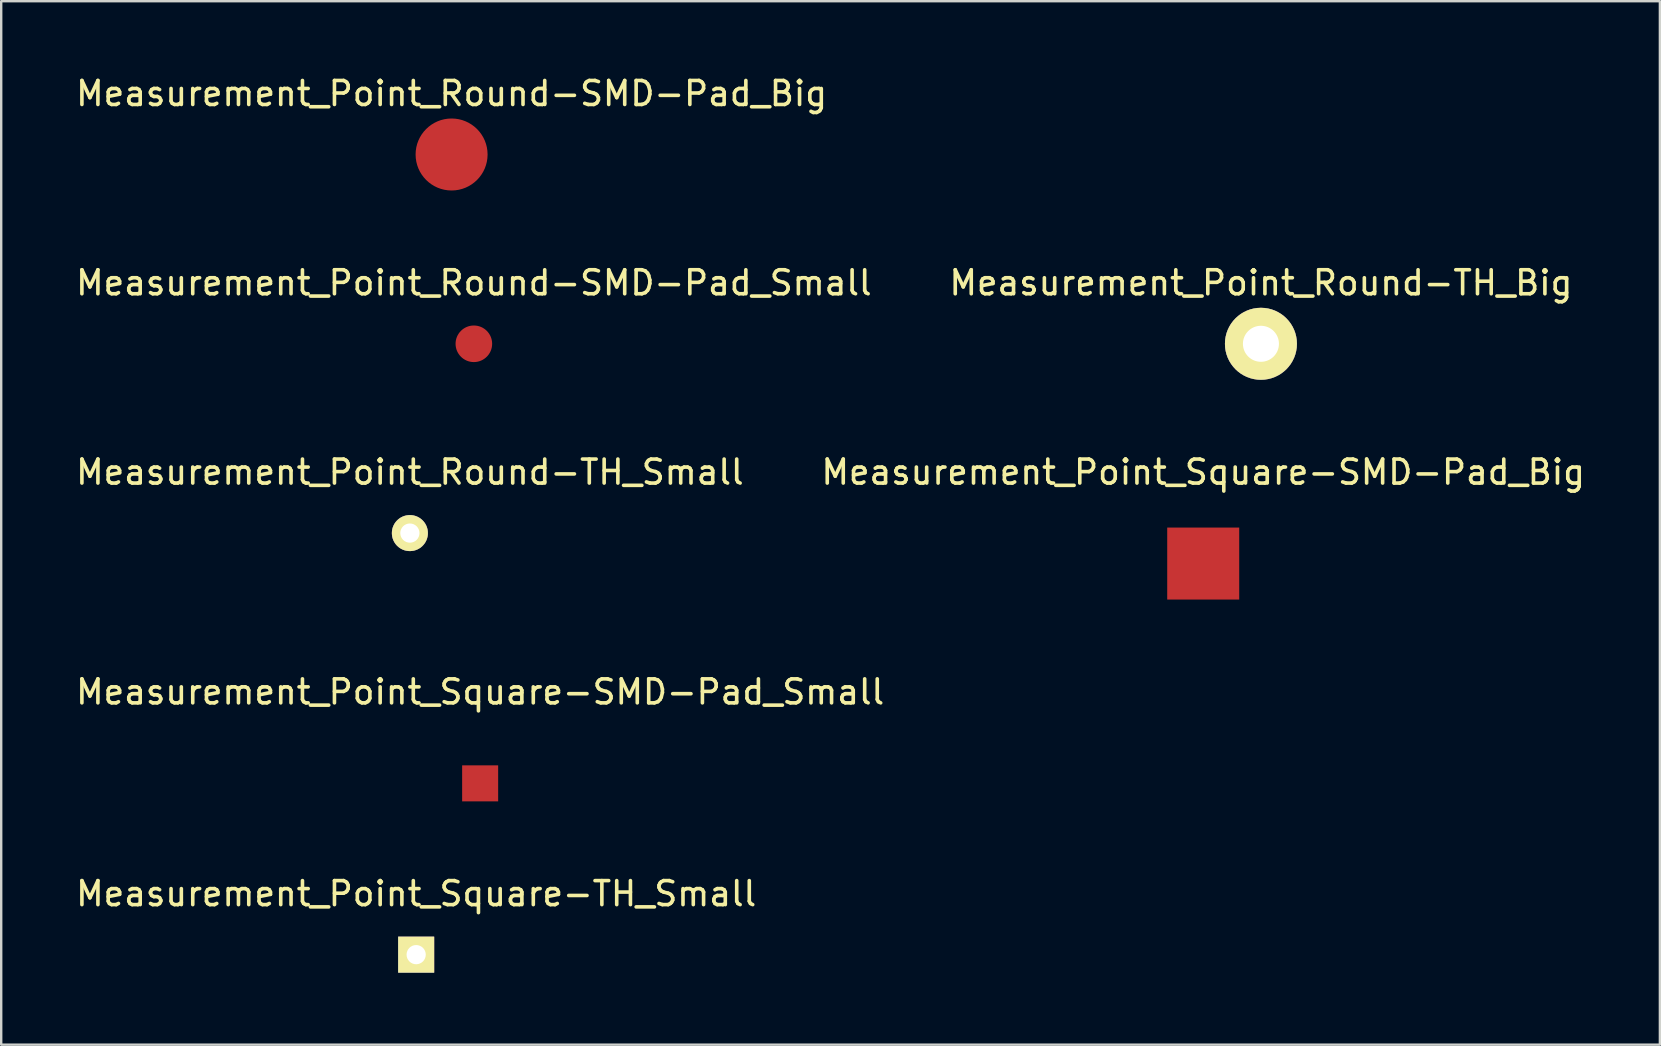
<source format=kicad_pcb>
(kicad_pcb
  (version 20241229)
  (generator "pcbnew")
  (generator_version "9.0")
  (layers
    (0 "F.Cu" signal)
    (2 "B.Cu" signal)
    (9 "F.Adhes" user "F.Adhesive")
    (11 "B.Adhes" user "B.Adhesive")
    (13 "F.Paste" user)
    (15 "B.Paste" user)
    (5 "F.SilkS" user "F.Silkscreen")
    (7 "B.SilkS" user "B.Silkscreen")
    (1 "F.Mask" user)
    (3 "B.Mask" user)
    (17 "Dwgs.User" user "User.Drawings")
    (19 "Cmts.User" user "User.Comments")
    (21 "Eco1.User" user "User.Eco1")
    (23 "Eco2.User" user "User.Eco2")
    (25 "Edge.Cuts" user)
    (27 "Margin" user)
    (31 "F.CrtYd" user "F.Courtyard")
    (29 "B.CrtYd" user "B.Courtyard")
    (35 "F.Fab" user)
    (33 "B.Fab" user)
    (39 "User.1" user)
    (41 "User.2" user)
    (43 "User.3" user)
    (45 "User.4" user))
  (footprint "Measurement_Point_Round-TH_Big"
    (layer "F.Cu")
    (at 49.494 11.276)
    (property "Reference" "Measurement_Point_Round-TH_Big" (at 0 -2.54 0) (layer "F.SilkS") (effects (font (size 1 1) (thickness 0.15))))
    (attr through_hole)
    (pad "1" thru_hole circle (at 0 0) (size 3 3) (drill 1.501) (layers "*.Cu" "*.Mask" "F.SilkS")))
  (footprint "Measurement_Point_Square-SMD-Pad_Small"
    (layer "F.Cu")
    (at 16.958 29.593)
    (property "Reference" "Measurement_Point_Square-SMD-Pad_Small" (at 0 -3.81 0) (layer "F.SilkS") (effects (font (size 1 1) (thickness 0.15))))
    (attr through_hole)
    (pad "1" smd rect (at 0 0) (size 1.501 1.501) (layers "F.Cu" "F.Mask" "F.Paste")))
  (footprint "Measurement_Point_Round-SMD-Pad_Small"
    (layer "F.Cu")
    (at 16.696 11.276)
    (property "Reference" "Measurement_Point_Round-SMD-Pad_Small" (at 0 -2.54 0) (layer "F.SilkS") (effects (font (size 1 1) (thickness 0.15))))
    (attr through_hole)
    (pad "1" smd circle (at 0 0) (size 1.524 1.524) (layers "F.Cu" "F.Mask" "F.Paste")))
  (footprint "Measurement_Point_Square-SMD-Pad_Big"
    (layer "F.Cu")
    (at 47.089 20.434)
    (property "Reference" "Measurement_Point_Square-SMD-Pad_Big" (at 0 -3.81 0) (layer "F.SilkS") (effects (font (size 1 1) (thickness 0.15))))
    (attr through_hole)
    (pad "1" smd rect (at 0 0) (size 3 3) (layers "F.Cu" "F.Mask" "F.Paste")))
  (footprint "Measurement_Point_Square-TH_Small"
    (layer "F.Cu")
    (at 14.292 36.731)
    (property "Reference" "Measurement_Point_Square-TH_Small" (at 0 -2.54 0) (layer "F.SilkS") (effects (font (size 1 1) (thickness 0.15))))
    (attr through_hole)
    (pad "1" thru_hole rect (at 0 0) (size 1.501 1.501) (drill 0.8) (layers "*.Cu" "*.Mask" "F.SilkS")))
  (footprint "Measurement_Point_Round-SMD-Pad_Big"
    (layer "F.Cu")
    (at 15.768 3.388)
    (property "Reference" "Measurement_Point_Round-SMD-Pad_Big" (at 0 -2.54 0) (layer "F.SilkS") (effects (font (size 1 1) (thickness 0.15))))
    (attr through_hole)
    (pad "1" smd circle (at 0 0) (size 3 3) (layers "F.Cu" "F.Mask" "F.Paste")))
  (footprint "Measurement_Point_Round-TH_Small"
    (layer "F.Cu")
    (at 14.03 19.164)
    (property "Reference" "Measurement_Point_Round-TH_Small" (at 0 -2.54 0) (layer "F.SilkS") (effects (font (size 1 1) (thickness 0.15))))
    (attr through_hole)
    (pad "1" thru_hole circle (at 0 0) (size 1.501 1.501) (drill 0.8) (layers "*.Cu" "*.Mask" "F.SilkS")))
  (gr_rect
    (start -3 -3)
    (end 66.119 40.482)
    (stroke (width 0.1) (type default))
    (fill no)
    (layer "Edge.Cuts")))
</source>
